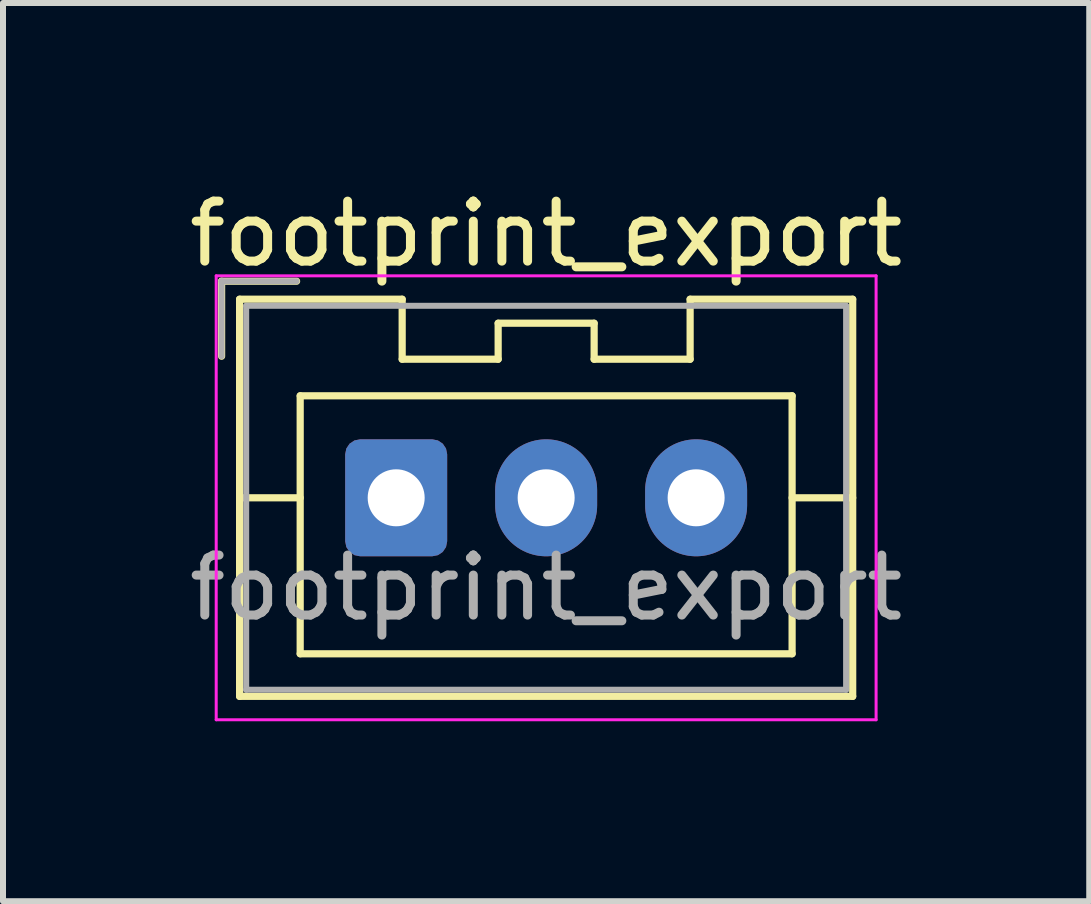
<source format=kicad_pcb>
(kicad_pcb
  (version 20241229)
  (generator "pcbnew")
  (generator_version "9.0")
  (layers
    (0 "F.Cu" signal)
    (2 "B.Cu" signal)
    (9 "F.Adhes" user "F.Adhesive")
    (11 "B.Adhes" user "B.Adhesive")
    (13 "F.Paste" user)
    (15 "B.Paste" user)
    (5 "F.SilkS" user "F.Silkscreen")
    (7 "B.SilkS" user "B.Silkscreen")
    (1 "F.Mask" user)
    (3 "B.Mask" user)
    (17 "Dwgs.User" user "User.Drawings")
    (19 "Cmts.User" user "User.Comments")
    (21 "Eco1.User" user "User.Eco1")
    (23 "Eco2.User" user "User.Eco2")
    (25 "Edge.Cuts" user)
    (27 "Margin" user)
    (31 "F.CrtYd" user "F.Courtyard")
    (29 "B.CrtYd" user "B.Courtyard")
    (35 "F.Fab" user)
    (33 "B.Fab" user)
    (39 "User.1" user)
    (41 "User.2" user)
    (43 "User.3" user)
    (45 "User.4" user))
  (footprint "footprint_export"
    (layer "F.Cu")
    (at 3.554 5.248)
    (property "Reference" "footprint_export" (at 2.5 -4.4 0) (layer "F.SilkS") (effects (font (size 1 1) (thickness 0.15))))
    (attr through_hole)
    (fp_line (start -2.91 -3.61) (end -2.91 -2.36) (stroke (width 0.12) (type solid)) (layer "F.SilkS"))
    (fp_line (start -2.61 -3.31) (end -2.61 3.31) (stroke (width 0.12) (type solid)) (layer "F.SilkS"))
    (fp_line (start -2.61 0) (end -1.6 0) (stroke (width 0.12) (type solid)) (layer "F.SilkS"))
    (fp_line (start -2.61 3.31) (end 7.61 3.31) (stroke (width 0.12) (type solid)) (layer "F.SilkS"))
    (fp_line (start -1.66 -3.61) (end -2.91 -3.61) (stroke (width 0.12) (type solid)) (layer "F.SilkS"))
    (fp_line (start -1.6 -1.7) (end -1.6 2.6) (stroke (width 0.12) (type solid)) (layer "F.SilkS"))
    (fp_line (start -1.6 2.6) (end 6.6 2.6) (stroke (width 0.12) (type solid)) (layer "F.SilkS"))
    (fp_line (start 0.1 -3.31) (end -2.61 -3.31) (stroke (width 0.12) (type solid)) (layer "F.SilkS"))
    (fp_line (start 0.1 -2.31) (end 0.1 -3.31) (stroke (width 0.12) (type solid)) (layer "F.SilkS"))
    (fp_line (start 1.7 -2.91) (end 1.7 -2.31) (stroke (width 0.12) (type solid)) (layer "F.SilkS"))
    (fp_line (start 1.7 -2.31) (end 0.1 -2.31) (stroke (width 0.12) (type solid)) (layer "F.SilkS"))
    (fp_line (start 3.3 -2.91) (end 1.7 -2.91) (stroke (width 0.12) (type solid)) (layer "F.SilkS"))
    (fp_line (start 3.3 -2.31) (end 3.3 -2.91) (stroke (width 0.12) (type solid)) (layer "F.SilkS"))
    (fp_line (start 4.9 -3.31) (end 4.9 -2.31) (stroke (width 0.12) (type solid)) (layer "F.SilkS"))
    (fp_line (start 4.9 -2.31) (end 3.3 -2.31) (stroke (width 0.12) (type solid)) (layer "F.SilkS"))
    (fp_line (start 6.6 -1.7) (end -1.6 -1.7) (stroke (width 0.12) (type solid)) (layer "F.SilkS"))
    (fp_line (start 6.6 2.6) (end 6.6 -1.7) (stroke (width 0.12) (type solid)) (layer "F.SilkS"))
    (fp_line (start 7.61 -3.31) (end 4.9 -3.31) (stroke (width 0.12) (type solid)) (layer "F.SilkS"))
    (fp_line (start 7.61 0) (end 6.6 0) (stroke (width 0.12) (type solid)) (layer "F.SilkS"))
    (fp_line (start 7.61 3.31) (end 7.61 -3.31) (stroke (width 0.12) (type solid)) (layer "F.SilkS"))
    (fp_line (start -3 -3.7) (end -3 3.7) (stroke (width 0.05) (type solid)) (layer "F.CrtYd"))
    (fp_line (start -3 3.7) (end 8 3.7) (stroke (width 0.05) (type solid)) (layer "F.CrtYd"))
    (fp_line (start 8 -3.7) (end -3 -3.7) (stroke (width 0.05) (type solid)) (layer "F.CrtYd"))
    (fp_line (start 8 3.7) (end 8 -3.7) (stroke (width 0.05) (type solid)) (layer "F.CrtYd"))
    (fp_line (start -2.91 -3.61) (end -2.91 -2.36) (stroke (width 0.1) (type solid)) (layer "F.Fab"))
    (fp_line (start -2.5 -3.2) (end -2.5 3.2) (stroke (width 0.1) (type solid)) (layer "F.Fab"))
    (fp_line (start -2.5 3.2) (end 7.5 3.2) (stroke (width 0.1) (type solid)) (layer "F.Fab"))
    (fp_line (start -1.66 -3.61) (end -2.91 -3.61) (stroke (width 0.1) (type solid)) (layer "F.Fab"))
    (fp_line (start 7.5 -3.2) (end -2.5 -3.2) (stroke (width 0.1) (type solid)) (layer "F.Fab"))
    (fp_line (start 7.5 3.2) (end 7.5 -3.2) (stroke (width 0.1) (type solid)) (layer "F.Fab"))
    (fp_text user "${REFERENCE}" (at 2.5 1.5 0) (layer "F.Fab") (effects (font (size 1 1) (thickness 0.15))))
    (pad "1" thru_hole roundrect (at 0 0) (size 1.7 1.95) (drill 0.95) (layers "*.Cu" "*.Mask") (roundrect_rratio 0.147))
    (pad "2" thru_hole oval (at 2.5 0) (size 1.7 1.95) (drill 0.95) (layers "*.Cu" "*.Mask"))
    (pad "3" thru_hole oval (at 5 0) (size 1.7 1.95) (drill 0.95) (layers "*.Cu" "*.Mask")))
  (gr_rect
    (start -3 -3)
    (end 15.107 11.973)
    (stroke (width 0.1) (type default))
    (fill no)
    (layer "Edge.Cuts")))
</source>
